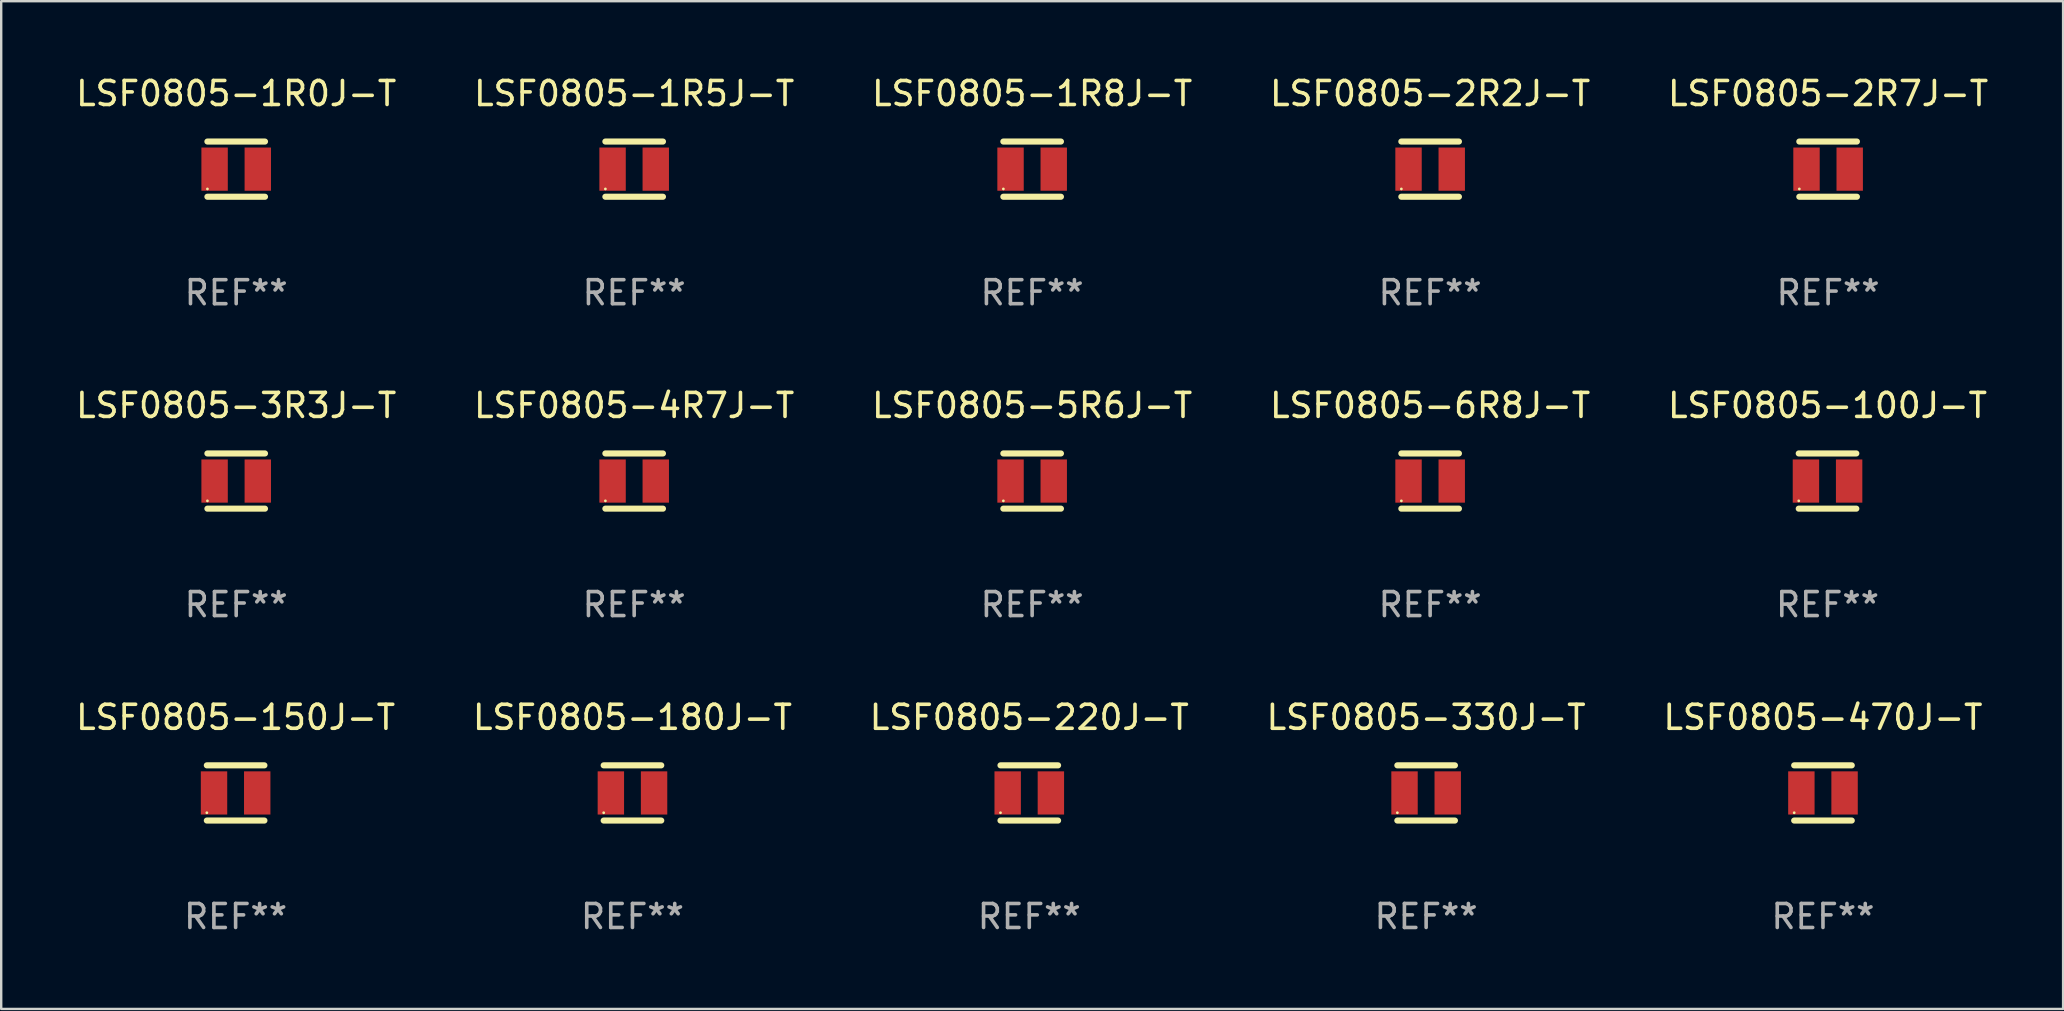
<source format=kicad_pcb>
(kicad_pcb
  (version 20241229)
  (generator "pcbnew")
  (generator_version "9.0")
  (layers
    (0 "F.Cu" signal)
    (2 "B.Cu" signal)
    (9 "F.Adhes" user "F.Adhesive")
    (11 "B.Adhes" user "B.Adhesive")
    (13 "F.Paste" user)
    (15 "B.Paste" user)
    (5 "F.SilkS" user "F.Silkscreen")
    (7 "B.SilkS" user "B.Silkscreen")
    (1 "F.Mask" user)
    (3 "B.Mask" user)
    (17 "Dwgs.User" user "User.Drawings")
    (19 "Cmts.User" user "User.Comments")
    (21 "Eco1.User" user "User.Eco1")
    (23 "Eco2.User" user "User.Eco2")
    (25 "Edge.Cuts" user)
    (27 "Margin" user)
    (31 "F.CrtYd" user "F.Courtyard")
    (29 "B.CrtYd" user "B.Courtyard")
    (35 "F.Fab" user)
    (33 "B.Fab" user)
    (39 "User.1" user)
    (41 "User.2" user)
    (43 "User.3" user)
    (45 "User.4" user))
  (footprint "LSF0805-4R7J-T"
    (layer "F.Cu")
    (at 23.375 16.995)
    (property "Reference" "LSF0805-4R7J-T" (at 0 -3.15 0) (layer "F.SilkS") (effects (font (size 1 1) (thickness 0.15))))
    (attr through_hole)
    (fp_line (start -1.2 -1.15) (end 1.2 -1.15) (stroke (width 0.254) (type solid)) (layer "F.SilkS"))
    (fp_line (start -1.2 1.15) (end 1.2 1.15) (stroke (width 0.254) (type solid)) (layer "F.SilkS"))
    (fp_circle (center -1.199 0.825) (end -1.169 0.825) (stroke (width 0.06) (type solid)) (fill no) (layer "F.SilkS"))
    (fp_text user "REF**" (at 0 5.15 0) (layer "F.Fab") (effects (font (size 1 1) (thickness 0.15))))
    (pad "1" smd rect (at -0.9 0) (size 1.1 1.8) (layers "F.Cu" "F.Mask" "F.Paste"))
    (pad "2" smd rect (at 0.9 0) (size 1.1 1.8) (layers "F.Cu" "F.Mask" "F.Paste")))
  (footprint "LSF0805-5R6J-T"
    (layer "F.Cu")
    (at 39.958 16.995)
    (property "Reference" "LSF0805-5R6J-T" (at 0 -3.15 0) (layer "F.SilkS") (effects (font (size 1 1) (thickness 0.15))))
    (attr through_hole)
    (fp_line (start -1.2 -1.15) (end 1.2 -1.15) (stroke (width 0.254) (type solid)) (layer "F.SilkS"))
    (fp_line (start -1.2 1.15) (end 1.2 1.15) (stroke (width 0.254) (type solid)) (layer "F.SilkS"))
    (fp_circle (center -1.199 0.825) (end -1.169 0.825) (stroke (width 0.06) (type solid)) (fill no) (layer "F.SilkS"))
    (fp_text user "REF**" (at 0 5.15 0) (layer "F.Fab") (effects (font (size 1 1) (thickness 0.15))))
    (pad "1" smd rect (at -0.9 0) (size 1.1 1.8) (layers "F.Cu" "F.Mask" "F.Paste"))
    (pad "2" smd rect (at 0.9 0) (size 1.1 1.8) (layers "F.Cu" "F.Mask" "F.Paste")))
  (footprint "LSF0805-6R8J-T"
    (layer "F.Cu")
    (at 56.542 16.995)
    (property "Reference" "LSF0805-6R8J-T" (at 0 -3.15 0) (layer "F.SilkS") (effects (font (size 1 1) (thickness 0.15))))
    (attr through_hole)
    (fp_line (start -1.2 -1.15) (end 1.2 -1.15) (stroke (width 0.254) (type solid)) (layer "F.SilkS"))
    (fp_line (start -1.2 1.15) (end 1.2 1.15) (stroke (width 0.254) (type solid)) (layer "F.SilkS"))
    (fp_circle (center -1.199 0.825) (end -1.169 0.825) (stroke (width 0.06) (type solid)) (fill no) (layer "F.SilkS"))
    (fp_text user "REF**" (at 0 5.15 0) (layer "F.Fab") (effects (font (size 1 1) (thickness 0.15))))
    (pad "1" smd rect (at -0.9 0) (size 1.1 1.8) (layers "F.Cu" "F.Mask" "F.Paste"))
    (pad "2" smd rect (at 0.9 0) (size 1.1 1.8) (layers "F.Cu" "F.Mask" "F.Paste")))
  (footprint "LSF0805-1R8J-T"
    (layer "F.Cu")
    (at 39.958 3.998)
    (property "Reference" "LSF0805-1R8J-T" (at 0 -3.15 0) (layer "F.SilkS") (effects (font (size 1 1) (thickness 0.15))))
    (attr through_hole)
    (fp_line (start -1.2 -1.15) (end 1.2 -1.15) (stroke (width 0.254) (type solid)) (layer "F.SilkS"))
    (fp_line (start -1.2 1.15) (end 1.2 1.15) (stroke (width 0.254) (type solid)) (layer "F.SilkS"))
    (fp_circle (center -1.199 0.825) (end -1.169 0.825) (stroke (width 0.06) (type solid)) (fill no) (layer "F.SilkS"))
    (fp_text user "REF**" (at 0 5.15 0) (layer "F.Fab") (effects (font (size 1 1) (thickness 0.15))))
    (pad "1" smd rect (at -0.9 0) (size 1.1 1.8) (layers "F.Cu" "F.Mask" "F.Paste"))
    (pad "2" smd rect (at 0.9 0) (size 1.1 1.8) (layers "F.Cu" "F.Mask" "F.Paste")))
  (footprint "LSF0805-150J-T"
    (layer "F.Cu")
    (at 6.768 29.991)
    (property "Reference" "LSF0805-150J-T" (at 0 -3.15 0) (layer "F.SilkS") (effects (font (size 1 1) (thickness 0.15))))
    (attr through_hole)
    (fp_line (start -1.2 -1.15) (end 1.2 -1.15) (stroke (width 0.254) (type solid)) (layer "F.SilkS"))
    (fp_line (start -1.2 1.15) (end 1.2 1.15) (stroke (width 0.254) (type solid)) (layer "F.SilkS"))
    (fp_circle (center -1.199 0.825) (end -1.169 0.825) (stroke (width 0.06) (type solid)) (fill no) (layer "F.SilkS"))
    (fp_text user "REF**" (at 0 5.15 0) (layer "F.Fab") (effects (font (size 1 1) (thickness 0.15))))
    (pad "1" smd rect (at -0.9 0) (size 1.1 1.8) (layers "F.Cu" "F.Mask" "F.Paste"))
    (pad "2" smd rect (at 0.9 0) (size 1.1 1.8) (layers "F.Cu" "F.Mask" "F.Paste")))
  (footprint "LSF0805-1R5J-T"
    (layer "F.Cu")
    (at 23.375 3.998)
    (property "Reference" "LSF0805-1R5J-T" (at 0 -3.15 0) (layer "F.SilkS") (effects (font (size 1 1) (thickness 0.15))))
    (attr through_hole)
    (fp_line (start -1.2 -1.15) (end 1.2 -1.15) (stroke (width 0.254) (type solid)) (layer "F.SilkS"))
    (fp_line (start -1.2 1.15) (end 1.2 1.15) (stroke (width 0.254) (type solid)) (layer "F.SilkS"))
    (fp_circle (center -1.199 0.825) (end -1.169 0.825) (stroke (width 0.06) (type solid)) (fill no) (layer "F.SilkS"))
    (fp_text user "REF**" (at 0 5.15 0) (layer "F.Fab") (effects (font (size 1 1) (thickness 0.15))))
    (pad "1" smd rect (at -0.9 0) (size 1.1 1.8) (layers "F.Cu" "F.Mask" "F.Paste"))
    (pad "2" smd rect (at 0.9 0) (size 1.1 1.8) (layers "F.Cu" "F.Mask" "F.Paste")))
  (footprint "LSF0805-2R7J-T"
    (layer "F.Cu")
    (at 73.125 3.998)
    (property "Reference" "LSF0805-2R7J-T" (at 0 -3.15 0) (layer "F.SilkS") (effects (font (size 1 1) (thickness 0.15))))
    (attr through_hole)
    (fp_line (start -1.2 -1.15) (end 1.2 -1.15) (stroke (width 0.254) (type solid)) (layer "F.SilkS"))
    (fp_line (start -1.2 1.15) (end 1.2 1.15) (stroke (width 0.254) (type solid)) (layer "F.SilkS"))
    (fp_circle (center -1.199 0.825) (end -1.169 0.825) (stroke (width 0.06) (type solid)) (fill no) (layer "F.SilkS"))
    (fp_text user "REF**" (at 0 5.15 0) (layer "F.Fab") (effects (font (size 1 1) (thickness 0.15))))
    (pad "1" smd rect (at -0.9 0) (size 1.1 1.8) (layers "F.Cu" "F.Mask" "F.Paste"))
    (pad "2" smd rect (at 0.9 0) (size 1.1 1.8) (layers "F.Cu" "F.Mask" "F.Paste")))
  (footprint "LSF0805-1R0J-T"
    (layer "F.Cu")
    (at 6.792 3.998)
    (property "Reference" "LSF0805-1R0J-T" (at 0 -3.15 0) (layer "F.SilkS") (effects (font (size 1 1) (thickness 0.15))))
    (attr through_hole)
    (fp_line (start -1.2 -1.15) (end 1.2 -1.15) (stroke (width 0.254) (type solid)) (layer "F.SilkS"))
    (fp_line (start -1.2 1.15) (end 1.2 1.15) (stroke (width 0.254) (type solid)) (layer "F.SilkS"))
    (fp_circle (center -1.199 0.825) (end -1.169 0.825) (stroke (width 0.06) (type solid)) (fill no) (layer "F.SilkS"))
    (fp_text user "REF**" (at 0 5.15 0) (layer "F.Fab") (effects (font (size 1 1) (thickness 0.15))))
    (pad "1" smd rect (at -0.9 0) (size 1.1 1.8) (layers "F.Cu" "F.Mask" "F.Paste"))
    (pad "2" smd rect (at 0.9 0) (size 1.1 1.8) (layers "F.Cu" "F.Mask" "F.Paste")))
  (footprint "LSF0805-180J-T"
    (layer "F.Cu")
    (at 23.304 29.991)
    (property "Reference" "LSF0805-180J-T" (at 0 -3.15 0) (layer "F.SilkS") (effects (font (size 1 1) (thickness 0.15))))
    (attr through_hole)
    (fp_line (start -1.2 -1.15) (end 1.2 -1.15) (stroke (width 0.254) (type solid)) (layer "F.SilkS"))
    (fp_line (start -1.2 1.15) (end 1.2 1.15) (stroke (width 0.254) (type solid)) (layer "F.SilkS"))
    (fp_circle (center -1.199 0.825) (end -1.169 0.825) (stroke (width 0.06) (type solid)) (fill no) (layer "F.SilkS"))
    (fp_text user "REF**" (at 0 5.15 0) (layer "F.Fab") (effects (font (size 1 1) (thickness 0.15))))
    (pad "1" smd rect (at -0.9 0) (size 1.1 1.8) (layers "F.Cu" "F.Mask" "F.Paste"))
    (pad "2" smd rect (at 0.9 0) (size 1.1 1.8) (layers "F.Cu" "F.Mask" "F.Paste")))
  (footprint "LSF0805-470J-T"
    (layer "F.Cu")
    (at 72.911 29.991)
    (property "Reference" "LSF0805-470J-T" (at 0 -3.15 0) (layer "F.SilkS") (effects (font (size 1 1) (thickness 0.15))))
    (attr through_hole)
    (fp_line (start -1.2 -1.15) (end 1.2 -1.15) (stroke (width 0.254) (type solid)) (layer "F.SilkS"))
    (fp_line (start -1.2 1.15) (end 1.2 1.15) (stroke (width 0.254) (type solid)) (layer "F.SilkS"))
    (fp_circle (center -1.199 0.825) (end -1.169 0.825) (stroke (width 0.06) (type solid)) (fill no) (layer "F.SilkS"))
    (fp_text user "REF**" (at 0 5.15 0) (layer "F.Fab") (effects (font (size 1 1) (thickness 0.15))))
    (pad "1" smd rect (at -0.9 0) (size 1.1 1.8) (layers "F.Cu" "F.Mask" "F.Paste"))
    (pad "2" smd rect (at 0.9 0) (size 1.1 1.8) (layers "F.Cu" "F.Mask" "F.Paste")))
  (footprint "LSF0805-3R3J-T"
    (layer "F.Cu")
    (at 6.792 16.995)
    (property "Reference" "LSF0805-3R3J-T" (at 0 -3.15 0) (layer "F.SilkS") (effects (font (size 1 1) (thickness 0.15))))
    (attr through_hole)
    (fp_line (start -1.2 -1.15) (end 1.2 -1.15) (stroke (width 0.254) (type solid)) (layer "F.SilkS"))
    (fp_line (start -1.2 1.15) (end 1.2 1.15) (stroke (width 0.254) (type solid)) (layer "F.SilkS"))
    (fp_circle (center -1.199 0.825) (end -1.169 0.825) (stroke (width 0.06) (type solid)) (fill no) (layer "F.SilkS"))
    (fp_text user "REF**" (at 0 5.15 0) (layer "F.Fab") (effects (font (size 1 1) (thickness 0.15))))
    (pad "1" smd rect (at -0.9 0) (size 1.1 1.8) (layers "F.Cu" "F.Mask" "F.Paste"))
    (pad "2" smd rect (at 0.9 0) (size 1.1 1.8) (layers "F.Cu" "F.Mask" "F.Paste")))
  (footprint "LSF0805-100J-T"
    (layer "F.Cu")
    (at 73.101 16.995)
    (property "Reference" "LSF0805-100J-T" (at 0 -3.15 0) (layer "F.SilkS") (effects (font (size 1 1) (thickness 0.15))))
    (attr through_hole)
    (fp_line (start -1.2 -1.15) (end 1.2 -1.15) (stroke (width 0.254) (type solid)) (layer "F.SilkS"))
    (fp_line (start -1.2 1.15) (end 1.2 1.15) (stroke (width 0.254) (type solid)) (layer "F.SilkS"))
    (fp_circle (center -1.199 0.825) (end -1.169 0.825) (stroke (width 0.06) (type solid)) (fill no) (layer "F.SilkS"))
    (fp_text user "REF**" (at 0 5.15 0) (layer "F.Fab") (effects (font (size 1 1) (thickness 0.15))))
    (pad "1" smd rect (at -0.9 0) (size 1.1 1.8) (layers "F.Cu" "F.Mask" "F.Paste"))
    (pad "2" smd rect (at 0.9 0) (size 1.1 1.8) (layers "F.Cu" "F.Mask" "F.Paste")))
  (footprint "LSF0805-220J-T"
    (layer "F.Cu")
    (at 39.839 29.991)
    (property "Reference" "LSF0805-220J-T" (at 0 -3.15 0) (layer "F.SilkS") (effects (font (size 1 1) (thickness 0.15))))
    (attr through_hole)
    (fp_line (start -1.2 -1.15) (end 1.2 -1.15) (stroke (width 0.254) (type solid)) (layer "F.SilkS"))
    (fp_line (start -1.2 1.15) (end 1.2 1.15) (stroke (width 0.254) (type solid)) (layer "F.SilkS"))
    (fp_circle (center -1.199 0.825) (end -1.169 0.825) (stroke (width 0.06) (type solid)) (fill no) (layer "F.SilkS"))
    (fp_text user "REF**" (at 0 5.15 0) (layer "F.Fab") (effects (font (size 1 1) (thickness 0.15))))
    (pad "1" smd rect (at -0.9 0) (size 1.1 1.8) (layers "F.Cu" "F.Mask" "F.Paste"))
    (pad "2" smd rect (at 0.9 0) (size 1.1 1.8) (layers "F.Cu" "F.Mask" "F.Paste")))
  (footprint "LSF0805-330J-T"
    (layer "F.Cu")
    (at 56.375 29.991)
    (property "Reference" "LSF0805-330J-T" (at 0 -3.15 0) (layer "F.SilkS") (effects (font (size 1 1) (thickness 0.15))))
    (attr through_hole)
    (fp_line (start -1.2 -1.15) (end 1.2 -1.15) (stroke (width 0.254) (type solid)) (layer "F.SilkS"))
    (fp_line (start -1.2 1.15) (end 1.2 1.15) (stroke (width 0.254) (type solid)) (layer "F.SilkS"))
    (fp_circle (center -1.199 0.825) (end -1.169 0.825) (stroke (width 0.06) (type solid)) (fill no) (layer "F.SilkS"))
    (fp_text user "REF**" (at 0 5.15 0) (layer "F.Fab") (effects (font (size 1 1) (thickness 0.15))))
    (pad "1" smd rect (at -0.9 0) (size 1.1 1.8) (layers "F.Cu" "F.Mask" "F.Paste"))
    (pad "2" smd rect (at 0.9 0) (size 1.1 1.8) (layers "F.Cu" "F.Mask" "F.Paste")))
  (footprint "LSF0805-2R2J-T"
    (layer "F.Cu")
    (at 56.542 3.998)
    (property "Reference" "LSF0805-2R2J-T" (at 0 -3.15 0) (layer "F.SilkS") (effects (font (size 1 1) (thickness 0.15))))
    (attr through_hole)
    (fp_line (start -1.2 -1.15) (end 1.2 -1.15) (stroke (width 0.254) (type solid)) (layer "F.SilkS"))
    (fp_line (start -1.2 1.15) (end 1.2 1.15) (stroke (width 0.254) (type solid)) (layer "F.SilkS"))
    (fp_circle (center -1.199 0.825) (end -1.169 0.825) (stroke (width 0.06) (type solid)) (fill no) (layer "F.SilkS"))
    (fp_text user "REF**" (at 0 5.15 0) (layer "F.Fab") (effects (font (size 1 1) (thickness 0.15))))
    (pad "1" smd rect (at -0.9 0) (size 1.1 1.8) (layers "F.Cu" "F.Mask" "F.Paste"))
    (pad "2" smd rect (at 0.9 0) (size 1.1 1.8) (layers "F.Cu" "F.Mask" "F.Paste")))
  (gr_rect
    (start -3 -3)
    (end 82.917 38.99)
    (stroke (width 0.1) (type default))
    (fill no)
    (layer "Edge.Cuts")))
</source>
